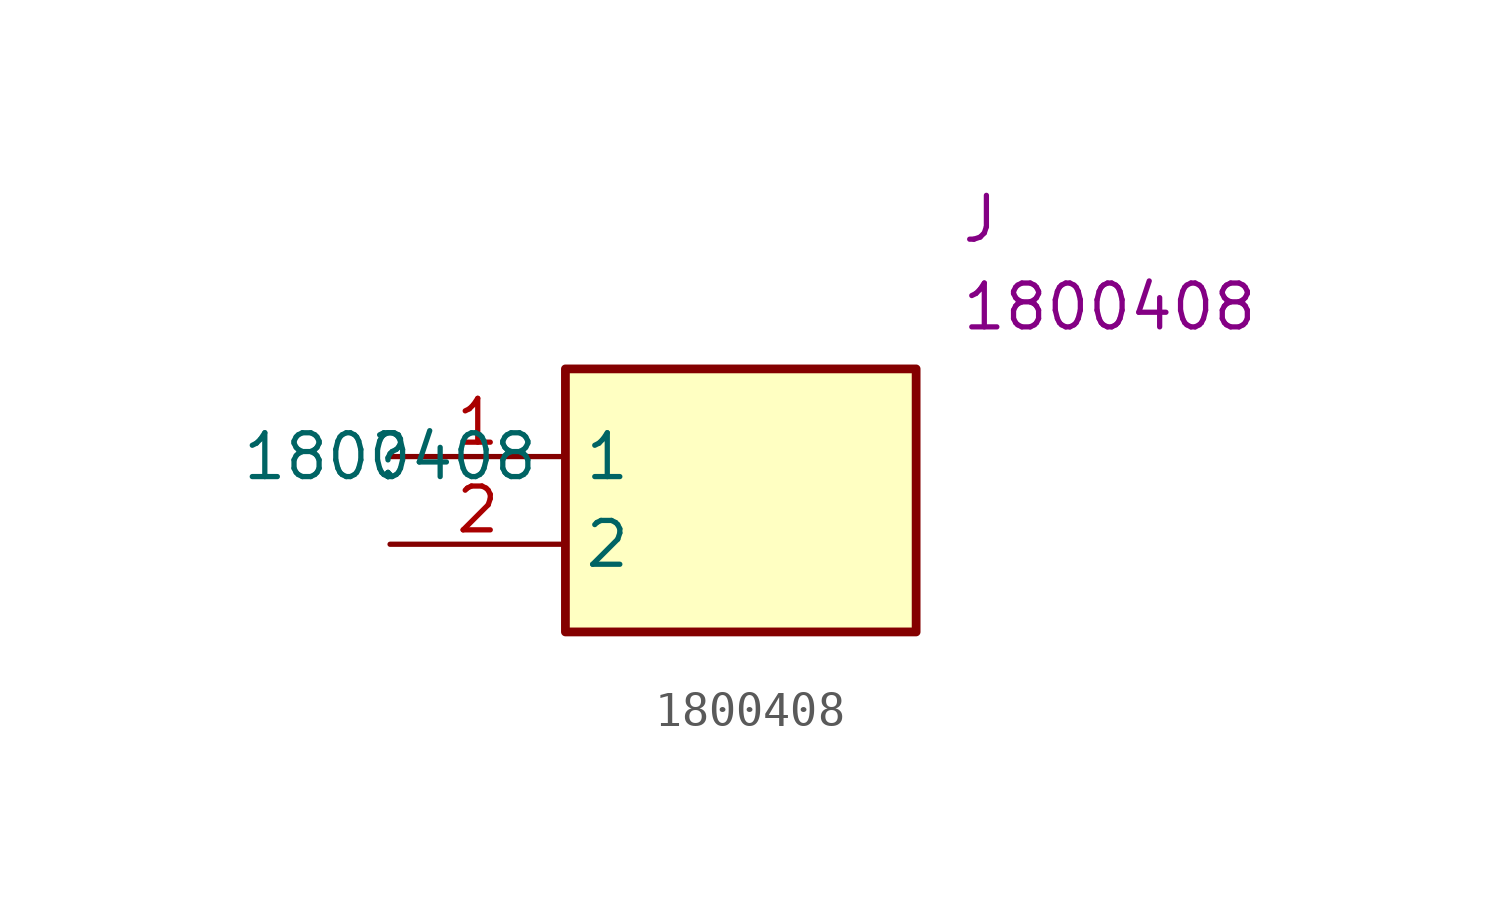
<source format=kicad_sym>
(kicad_symbol_lib
  (version 20211014)
  (generator kicad_symbol_editor)
  (symbol "1800408"
    (property "Reference" ""
      (at 0 0 0)
      (effects (font (size 1.27 1.27))))
    (property "Value" "1800408"
      (at 0 0 0)
      (effects (font (size 1.27 1.27))))
    (property "Reference_1" "J"
      (at 16.51 7.62 0)
      (effects (font (size 1.27 1.27)) (justify left top)))
    (property "Value_1" "1800408"
      (at 16.51 5.08 0)
      (effects (font (size 1.27 1.27)) (justify left top)))
    (symbol "1800408_1_1"
      (rectangle (start 5.08 2.54) (end 15.24 -5.08) (stroke (width 0.254) (type default) (color 0 0 0 0)) (fill (type background)))
      (pin passive line (at 0 0 0) (length 5.08) (name "1" (effects (font (size 1.27 1.27)))) (number "1" (effects (font (size 1.27 1.27)))))
      (pin passive line (at 0 -2.54 0) (length 5.08) (name "2" (effects (font (size 1.27 1.27)))) (number "2" (effects (font (size 1.27 1.27))))))))
</source>
